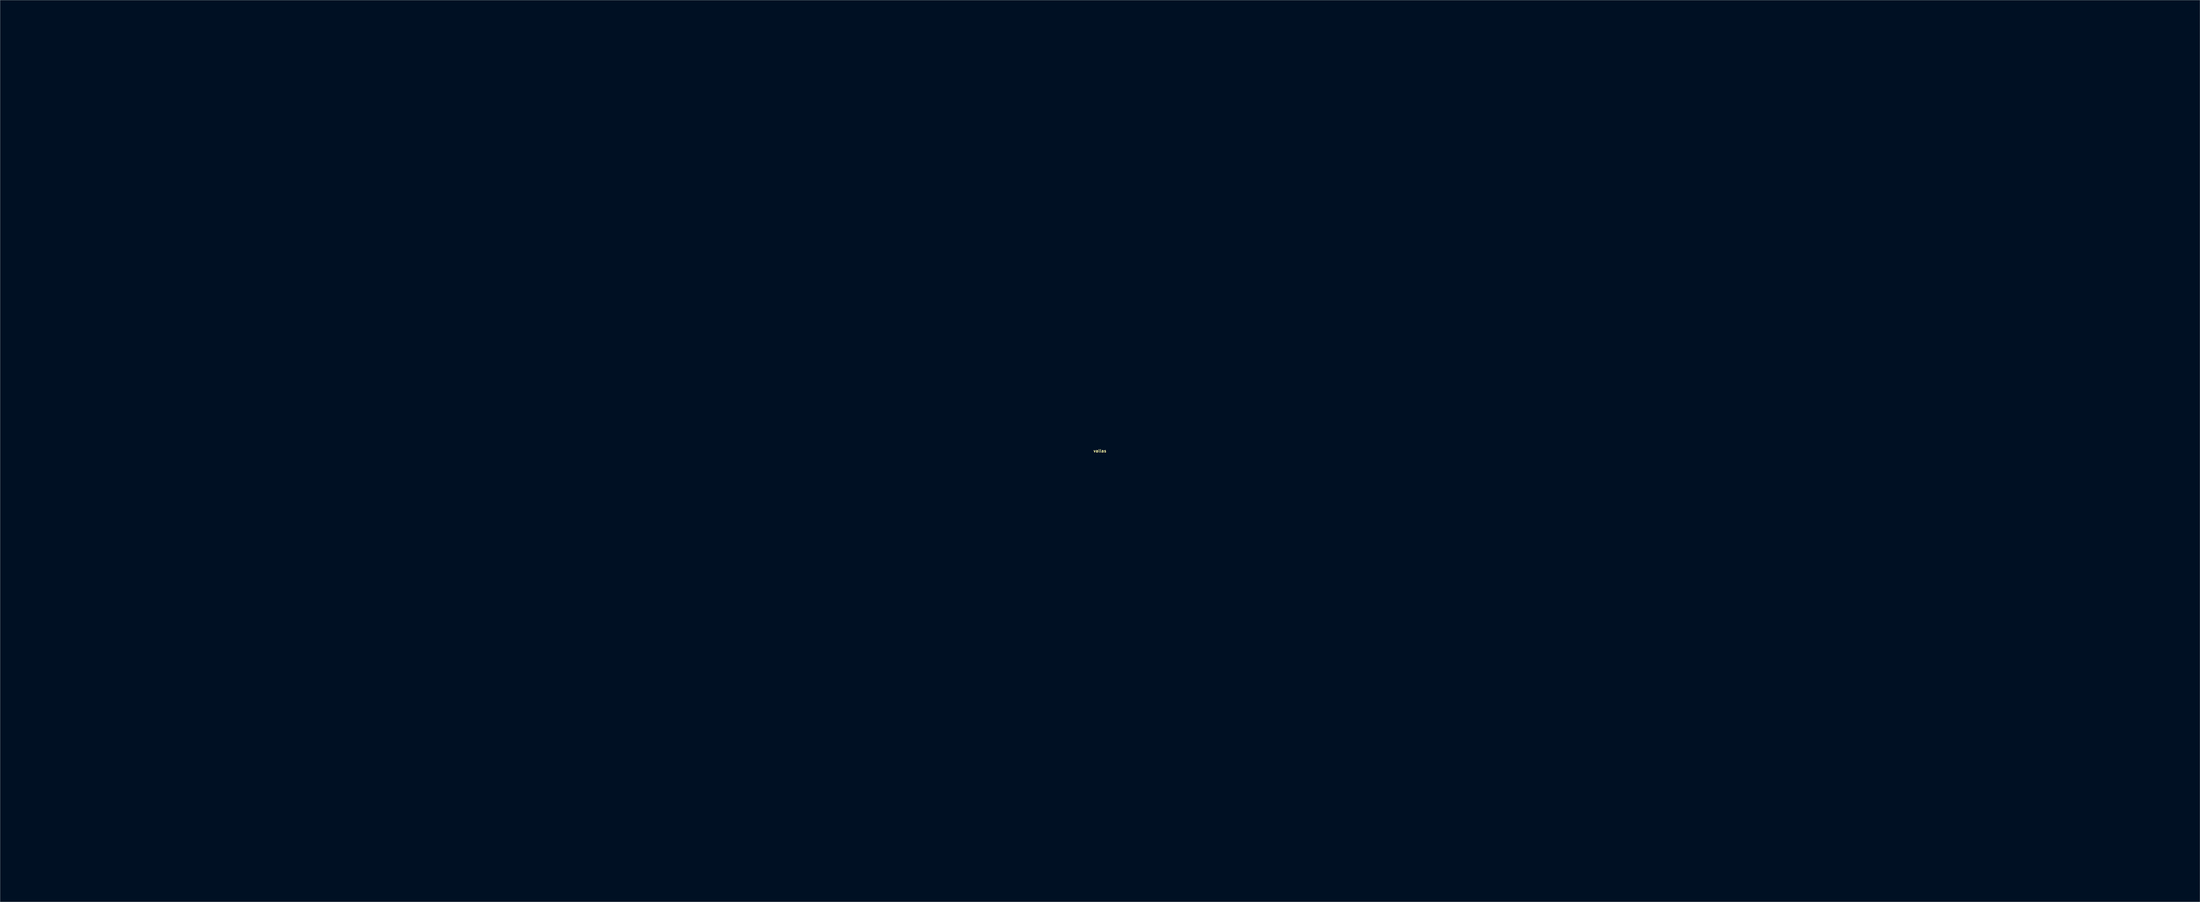
<source format=kicad_pcb>
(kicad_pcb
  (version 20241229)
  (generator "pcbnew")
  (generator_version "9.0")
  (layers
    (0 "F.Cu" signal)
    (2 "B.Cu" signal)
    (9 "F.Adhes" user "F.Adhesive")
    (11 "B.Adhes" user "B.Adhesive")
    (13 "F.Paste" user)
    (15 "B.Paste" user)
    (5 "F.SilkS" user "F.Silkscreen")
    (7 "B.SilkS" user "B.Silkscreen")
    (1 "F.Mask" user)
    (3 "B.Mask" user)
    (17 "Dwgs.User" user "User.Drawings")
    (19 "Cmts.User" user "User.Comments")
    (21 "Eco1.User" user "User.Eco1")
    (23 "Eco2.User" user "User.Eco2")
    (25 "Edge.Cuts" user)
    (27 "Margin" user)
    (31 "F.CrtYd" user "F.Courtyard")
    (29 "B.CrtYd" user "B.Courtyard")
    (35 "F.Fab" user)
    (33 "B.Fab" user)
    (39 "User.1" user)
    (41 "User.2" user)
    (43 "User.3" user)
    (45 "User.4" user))
  (footprint "vallas"
    (layer "F.Cu")
    (at 577.005 234.953)
    (property "Reference" "vallas" (at 0 0 0) (layer "F.SilkS") (effects (font (size 1.524 1.524) (thickness 0.3))))
    (attr through_hole)
    (fp_poly (pts (xy -123.825 219.71) (xy 3.387 219.71) (xy 3.387 230.505) (xy -136.313 230.505) (xy -136.313 36.407) (xy -123.825 36.407) (xy -123.825 219.71)) (stroke (width 0.01) (type solid)) (fill no) (layer "Eco1.User"))
    (fp_poly (pts (xy 46.355 219.71) (xy 173.567 219.71) (xy 173.567 230.505) (xy 33.655 230.505) (xy 33.708 133.509) (xy 33.761 36.513) (xy 46.249 36.513) (xy 46.355 219.71)) (stroke (width 0.01) (type solid)) (fill no) (layer "Eco1.User"))
    (fp_poly (pts (xy 302.43 36.457) (xy 309.504 36.513) (xy 354.021 133.456) (xy 398.538 230.399) (xy 391.529 230.455) (xy 389.847 230.464) (xy 388.302 230.462) (xy 386.944 230.452) (xy 385.824 230.434) (xy 384.992 230.408) (xy 384.499 230.375) (xy 384.384 230.349) (xy 384.262 230.117) (xy 383.972 229.514) (xy 383.52 228.555) (xy 382.913 227.255) (xy 382.158 225.629) (xy 381.261 223.692) (xy 380.23 221.457) (xy 379.071 218.942) (xy 377.791 216.159) (xy 376.396 213.123) (xy 374.894 209.851) (xy 373.291 206.356) (xy 371.595 202.652) (xy 369.81 198.756) (xy 367.946 194.682) (xy 366.007 190.443) (xy 364.002 186.057) (xy 361.936 181.536) (xy 359.817 176.896) (xy 357.651 172.152) (xy 355.445 167.318) (xy 353.206 162.41) (xy 350.941 157.442) (xy 348.656 152.428) (xy 346.358 147.384) (xy 344.053 142.325) (xy 341.75 137.265) (xy 339.454 132.218) (xy 337.172 127.201) (xy 334.911 122.227) (xy 332.678 117.311) (xy 330.479 112.469) (xy 329.244 109.749) (xy 327.097 105.018) (xy 324.994 100.387) (xy 322.943 95.87) (xy 320.95 91.482) (xy 319.023 87.239) (xy 317.166 83.154) (xy 315.389 79.243) (xy 313.696 75.521) (xy 312.096 72.002) (xy 310.594 68.702) (xy 309.198 65.634) (xy 307.915 62.815) (xy 306.75 60.259) (xy 305.711 57.98) (xy 304.804 55.994) (xy 304.037 54.316) (xy 303.416 52.959) (xy 302.948 51.94) (xy 302.639 51.273) (xy 302.497 50.973) (xy 302.488 50.957) (xy 302.39 51.134) (xy 302.124 51.682) (xy 301.696 52.586) (xy 301.114 53.832) (xy 300.385 55.404) (xy 299.514 57.288) (xy 298.509 59.469) (xy 297.376 61.933) (xy 296.123 64.664) (xy 294.755 67.649) (xy 293.281 70.871) (xy 291.706 74.317) (xy 290.037 77.971) (xy 288.281 81.82) (xy 286.445 85.848) (xy 284.535 90.04) (xy 282.558 94.382) (xy 280.522 98.859) (xy 278.432 103.456) (xy 276.296 108.159) (xy 275.694 109.483) (xy 273.356 114.631) (xy 270.967 119.887) (xy 268.541 125.223) (xy 266.089 130.611) (xy 263.625 136.025) (xy 261.16 141.437) (xy 258.708 146.819) (xy 256.28 152.145) (xy 253.889 157.387) (xy 251.548 162.517) (xy 249.269 167.509) (xy 247.064 172.335) (xy 244.946 176.968) (xy 242.928 181.38) (xy 241.021 185.544) (xy 239.239 189.433) (xy 237.594 193.02) (xy 236.098 196.276) (xy 234.764 199.176) (xy 234.714 199.284) (xy 220.38 230.399) (xy 213.277 230.455) (xy 206.175 230.511) (xy 207.083 228.55) (xy 207.228 228.234) (xy 207.545 227.545) (xy 208.028 226.496) (xy 208.671 225.097) (xy 209.468 223.362) (xy 210.416 221.301) (xy 211.507 218.927) (xy 212.736 216.251) (xy 214.098 213.286) (xy 215.588 210.044) (xy 217.2 206.536) (xy 218.928 202.774) (xy 220.768 198.77) (xy 222.713 194.536) (xy 224.758 190.084) (xy 226.898 185.426) (xy 229.128 180.574) (xy 231.44 175.54) (xy 233.832 170.334) (xy 236.296 164.971) (xy 238.827 159.461) (xy 241.42 153.816) (xy 244.07 148.048) (xy 246.77 142.169) (xy 249.516 136.191) (xy 251.673 131.495) (xy 295.356 36.401) (xy 302.43 36.457)) (stroke (width 0.01) (type solid)) (fill no) (layer "Eco1.User"))
    (fp_poly (pts (xy -211.508 133.444) (xy -208.713 139.532) (xy -205.963 145.523) (xy -203.262 151.406) (xy -200.617 157.169) (xy -198.031 162.801) (xy -195.511 168.291) (xy -193.063 173.626) (xy -190.69 178.796) (xy -188.398 183.788) (xy -186.194 188.592) (xy -184.081 193.196) (xy -182.066 197.589) (xy -180.153 201.758) (xy -178.347 205.693) (xy -176.655 209.382) (xy -175.081 212.813) (xy -173.631 215.975) (xy -172.309 218.857) (xy -171.121 221.447) (xy -170.073 223.734) (xy -169.17 225.705) (xy -168.416 227.351) (xy -167.817 228.658) (xy -167.379 229.616) (xy -167.107 230.214) (xy -167.006 230.439) (xy -167.005 230.44) (xy -167.208 230.456) (xy -167.786 230.47) (xy -168.689 230.482) (xy -169.868 230.492) (xy -171.273 230.5) (xy -172.857 230.504) (xy -174.052 230.505) (xy -181.098 230.505) (xy -195.103 200.078) (xy -196.394 197.271) (xy -197.847 194.105) (xy -199.451 190.607) (xy -201.192 186.804) (xy -203.06 182.722) (xy -205.041 178.388) (xy -207.124 173.828) (xy -209.296 169.07) (xy -211.545 164.141) (xy -213.86 159.066) (xy -216.227 153.873) (xy -218.635 148.588) (xy -221.071 143.238) (xy -223.523 137.85) (xy -225.98 132.451) (xy -228.429 127.067) (xy -230.857 121.724) (xy -233.252 116.451) (xy -235.603 111.273) (xy -236.004 110.39) (xy -238.163 105.634) (xy -240.277 100.977) (xy -242.34 96.434) (xy -244.345 92.021) (xy -246.285 87.751) (xy -248.154 83.64) (xy -249.944 79.703) (xy -251.649 75.953) (xy -253.263 72.406) (xy -254.778 69.077) (xy -256.188 65.981) (xy -257.486 63.131) (xy -258.666 60.544) (xy -259.72 58.233) (xy -260.642 56.214) (xy -261.426 54.501) (xy -262.064 53.109) (xy -262.549 52.053) (xy -262.876 51.348) (xy -263.037 51.007) (xy -263.054 50.977) (xy -263.152 51.155) (xy -263.419 51.703) (xy -263.847 52.608) (xy -264.429 53.853) (xy -265.159 55.424) (xy -266.029 57.306) (xy -267.033 59.483) (xy -268.164 61.943) (xy -269.415 64.668) (xy -270.779 67.645) (xy -272.25 70.858) (xy -273.82 74.292) (xy -275.483 77.933) (xy -277.232 81.766) (xy -279.06 85.775) (xy -280.96 89.947) (xy -282.925 94.265) (xy -284.95 98.715) (xy -287.026 103.282) (xy -289.147 107.951) (xy -289.224 108.121) (xy -291.55 113.242) (xy -293.933 118.486) (xy -296.36 123.825) (xy -298.819 129.231) (xy -301.296 134.674) (xy -303.778 140.126) (xy -306.251 145.558) (xy -308.704 150.942) (xy -311.122 156.248) (xy -313.493 161.448) (xy -315.804 166.513) (xy -318.041 171.414) (xy -320.191 176.124) (xy -322.241 180.612) (xy -324.179 184.85) (xy -325.99 188.81) (xy -327.663 192.462) (xy -329.183 195.779) (xy -330.181 197.954) (xy -345.123 230.491) (xy -352.16 230.498) (xy -353.838 230.495) (xy -355.372 230.484) (xy -356.714 230.465) (xy -357.814 230.439) (xy -358.623 230.408) (xy -359.093 230.373) (xy -359.193 230.346) (xy -359.105 230.146) (xy -358.846 229.572) (xy -358.42 228.637) (xy -357.833 227.352) (xy -357.091 225.728) (xy -356.198 223.776) (xy -355.16 221.51) (xy -353.983 218.939) (xy -352.67 216.075) (xy -351.229 212.93) (xy -349.663 209.516) (xy -347.978 205.843) (xy -346.18 201.924) (xy -344.274 197.77) (xy -342.265 193.392) (xy -340.158 188.802) (xy -337.959 184.011) (xy -335.673 179.031) (xy -333.305 173.873) (xy -330.86 168.55) (xy -328.344 163.071) (xy -325.762 157.45) (xy -323.119 151.696) (xy -320.421 145.823) (xy -317.673 139.841) (xy -314.879 133.762) (xy -314.69 133.35) (xy -270.192 36.513) (xy -256.012 36.513) (xy -211.508 133.444)) (stroke (width 0.01) (type solid)) (fill no) (layer "Eco1.User"))
    (fp_poly (pts (xy -270.14 -229.382) (xy -265.173 -229.362) (xy -260.604 -229.34) (xy -256.408 -229.316) (xy -252.559 -229.289) (xy -249.031 -229.259) (xy -245.799 -229.224) (xy -242.838 -229.184) (xy -240.123 -229.139) (xy -237.627 -229.087) (xy -235.325 -229.029) (xy -233.192 -228.962) (xy -231.203 -228.888) (xy -229.332 -228.805) (xy -227.553 -228.713) (xy -225.842 -228.61) (xy -224.172 -228.496) (xy -222.518 -228.371) (xy -220.855 -228.234) (xy -219.158 -228.084) (xy -218.863 -228.057) (xy -214.754 -227.622) (xy -210.999 -227.099) (xy -207.537 -226.47) (xy -204.306 -225.72) (xy -201.243 -224.832) (xy -198.287 -223.792) (xy -195.375 -222.582) (xy -192.832 -221.382) (xy -188.986 -219.294) (xy -185.427 -216.982) (xy -182.066 -214.383) (xy -178.817 -211.433) (xy -178.312 -210.936) (xy -175.159 -207.534) (xy -172.379 -203.979) (xy -169.961 -200.253) (xy -167.897 -196.335) (xy -166.178 -192.205) (xy -164.794 -187.845) (xy -163.737 -183.235) (xy -162.997 -178.354) (xy -162.958 -178.012) (xy -162.833 -176.52) (xy -162.747 -174.707) (xy -162.7 -172.673) (xy -162.691 -170.518) (xy -162.719 -168.343) (xy -162.784 -166.248) (xy -162.885 -164.333) (xy -163.021 -162.699) (xy -163.06 -162.348) (xy -163.814 -157.463) (xy -164.883 -152.852) (xy -166.272 -148.5) (xy -167.989 -144.391) (xy -170.04 -140.51) (xy -172.432 -136.841) (xy -175.096 -133.456) (xy -178.272 -130.06) (xy -181.705 -126.978) (xy -185.405 -124.202) (xy -189.382 -121.727) (xy -193.648 -119.546) (xy -198.211 -117.653) (xy -203.084 -116.043) (xy -205.189 -115.458) (xy -207.246 -114.957) (xy -209.461 -114.498) (xy -211.867 -114.076) (xy -214.491 -113.688) (xy -217.366 -113.331) (xy -220.521 -113.001) (xy -223.987 -112.694) (xy -227.793 -112.408) (xy -231.97 -112.138) (xy -235.268 -111.95) (xy -236.112 -111.915) (xy -237.342 -111.878) (xy -238.918 -111.842) (xy -240.802 -111.806) (xy -242.956 -111.771) (xy -245.34 -111.737) (xy -247.916 -111.706) (xy -250.646 -111.676) (xy -253.492 -111.65) (xy -256.414 -111.628) (xy -259.133 -111.611) (xy -278.765 -111.501) (xy -278.765 -9.313) (xy -300.778 -9.313) (xy -300.778 -133.138) (xy -278.765 -133.138) (xy -277.23 -133.108) (xy -273.968 -133.048) (xy -270.599 -132.993) (xy -267.157 -132.944) (xy -263.674 -132.901) (xy -260.186 -132.864) (xy -256.725 -132.833) (xy -253.325 -132.809) (xy -250.019 -132.791) (xy -246.841 -132.779) (xy -243.825 -132.775) (xy -241.003 -132.777) (xy -238.41 -132.786) (xy -236.079 -132.802) (xy -234.043 -132.825) (xy -232.336 -132.856) (xy -230.991 -132.894) (xy -230.188 -132.93) (xy -225.448 -133.28) (xy -221.111 -133.75) (xy -217.173 -134.34) (xy -213.628 -135.052) (xy -210.473 -135.885) (xy -209.723 -136.12) (xy -208.199 -136.682) (xy -206.46 -137.437) (xy -204.63 -138.322) (xy -202.833 -139.274) (xy -201.19 -140.231) (xy -199.834 -141.126) (xy -197.025 -143.399) (xy -194.455 -146) (xy -192.152 -148.887) (xy -190.145 -152.022) (xy -188.462 -155.365) (xy -187.13 -158.876) (xy -187.036 -159.173) (xy -186.102 -162.823) (xy -185.545 -166.552) (xy -185.361 -170.412) (xy -185.452 -173.25) (xy -185.769 -176.369) (xy -186.331 -179.301) (xy -187.168 -182.16) (xy -188.313 -185.059) (xy -189.231 -187.007) (xy -191.162 -190.448) (xy -193.368 -193.567) (xy -195.842 -196.36) (xy -198.58 -198.824) (xy -201.579 -200.955) (xy -204.833 -202.75) (xy -208.338 -204.205) (xy -211.674 -205.213) (xy -214.734 -205.886) (xy -218.203 -206.461) (xy -222.08 -206.935) (xy -226.363 -207.309) (xy -228.177 -207.43) (xy -228.89 -207.46) (xy -229.998 -207.489) (xy -231.469 -207.516) (xy -233.273 -207.541) (xy -235.382 -207.564) (xy -237.764 -207.585) (xy -240.391 -207.603) (xy -243.232 -207.618) (xy -246.258 -207.629) (xy -249.438 -207.638) (xy -252.744 -207.643) (xy -255.217 -207.644) (xy -278.765 -207.645) (xy -278.765 -133.138) (xy -300.778 -133.138) (xy -300.778 -229.499) (xy -270.14 -229.382)) (stroke (width 0.01) (type solid)) (fill no) (layer "Eco1.User"))
    (fp_poly (pts (xy -535.319 36.989) (xy -535.216 37.219) (xy -534.948 37.824) (xy -534.518 38.791) (xy -533.933 40.109) (xy -533.198 41.765) (xy -532.319 43.746) (xy -531.301 46.041) (xy -530.149 48.637) (xy -528.869 51.522) (xy -527.466 54.684) (xy -525.946 58.11) (xy -524.314 61.788) (xy -522.576 65.707) (xy -520.737 69.853) (xy -518.802 74.215) (xy -516.777 78.78) (xy -514.667 83.535) (xy -512.478 88.47) (xy -510.216 93.571) (xy -507.885 98.826) (xy -505.491 104.223) (xy -503.039 109.75) (xy -500.536 115.395) (xy -497.985 121.144) (xy -495.998 125.624) (xy -493.416 131.446) (xy -490.876 137.172) (xy -488.384 142.789) (xy -485.946 148.286) (xy -483.566 153.65) (xy -481.25 158.869) (xy -479.004 163.931) (xy -476.832 168.823) (xy -474.742 173.534) (xy -472.737 178.051) (xy -470.823 182.361) (xy -469.007 186.453) (xy -467.292 190.315) (xy -465.685 193.933) (xy -464.192 197.297) (xy -462.816 200.393) (xy -461.565 203.209) (xy -460.443 205.733) (xy -459.456 207.954) (xy -458.609 209.857) (xy -457.908 211.433) (xy -457.358 212.667) (xy -456.964 213.549) (xy -456.733 214.065) (xy -456.668 214.205) (xy -456.514 214.471) (xy -456.384 214.52) (xy -456.221 214.302) (xy -455.969 213.767) (xy -455.835 213.464) (xy -455.713 213.188) (xy -455.425 212.538) (xy -454.976 211.525) (xy -454.372 210.162) (xy -453.618 208.462) (xy -452.72 206.437) (xy -451.683 204.099) (xy -450.514 201.461) (xy -449.216 198.535) (xy -447.797 195.334) (xy -446.26 191.869) (xy -444.613 188.154) (xy -442.86 184.2) (xy -441.006 180.021) (xy -439.058 175.628) (xy -437.021 171.034) (xy -434.9 166.251) (xy -432.7 161.292) (xy -430.428 156.169) (xy -428.089 150.894) (xy -425.688 145.48) (xy -423.231 139.939) (xy -420.722 134.284) (xy -418.169 128.527) (xy -416.295 124.301) (xy -377.313 36.407) (xy -370.267 36.407) (xy -368.588 36.411) (xy -367.054 36.424) (xy -365.712 36.445) (xy -364.612 36.471) (xy -363.802 36.503) (xy -363.333 36.538) (xy -363.233 36.565) (xy -363.319 36.767) (xy -363.571 37.344) (xy -363.985 38.284) (xy -364.556 39.577) (xy -365.278 41.21) (xy -366.146 43.172) (xy -367.155 45.451) (xy -368.3 48.036) (xy -369.576 50.915) (xy -370.978 54.076) (xy -372.499 57.509) (xy -374.136 61.2) (xy -375.884 65.139) (xy -377.736 69.315) (xy -379.688 73.714) (xy -381.735 78.327) (xy -383.871 83.141) (xy -386.092 88.144) (xy -388.392 93.326) (xy -390.766 98.674) (xy -393.209 104.177) (xy -395.716 109.824) (xy -398.281 115.601) (xy -400.901 121.5) (xy -403.568 127.506) (xy -406.258 133.562) (xy -449.27 230.399) (xy -456.416 230.455) (xy -463.563 230.511) (xy -463.955 229.608) (xy -464.065 229.359) (xy -464.341 228.735) (xy -464.779 227.747) (xy -465.374 226.408) (xy -466.119 224.73) (xy -467.01 222.723) (xy -468.041 220.4) (xy -469.208 217.772) (xy -470.505 214.852) (xy -471.926 211.651) (xy -473.467 208.181) (xy -475.123 204.454) (xy -476.887 200.481) (xy -478.755 196.274) (xy -480.722 191.846) (xy -482.782 187.207) (xy -484.931 182.37) (xy -487.162 177.346) (xy -489.471 172.147) (xy -491.853 166.785) (xy -494.302 161.272) (xy -496.813 155.619) (xy -499.38 149.839) (xy -502 143.942) (xy -504.665 137.942) (xy -506.94 132.821) (xy -509.638 126.747) (xy -512.293 120.771) (xy -514.899 114.902) (xy -517.453 109.154) (xy -519.948 103.537) (xy -522.379 98.063) (xy -524.741 92.745) (xy -527.029 87.593) (xy -529.238 82.62) (xy -531.362 77.836) (xy -533.397 73.255) (xy -535.337 68.886) (xy -537.177 64.743) (xy -538.912 60.836) (xy -540.536 57.178) (xy -542.045 53.78) (xy -543.433 50.654) (xy -544.696 47.811) (xy -545.827 45.263) (xy -546.822 43.022) (xy -547.675 41.1) (xy -548.381 39.507) (xy -548.936 38.257) (xy -549.334 37.36) (xy -549.57 36.828) (xy -549.638 36.671) (xy -549.585 36.597) (xy -549.335 36.537) (xy -548.856 36.49) (xy -548.113 36.455) (xy -547.07 36.431) (xy -545.695 36.415) (xy -543.952 36.408) (xy -542.664 36.407) (xy -535.585 36.407) (xy -535.319 36.989)) (stroke (width 0.01) (type solid)) (fill no) (layer "Eco1.User"))
    (fp_poly (pts (xy -451.139 -234.782) (xy -446.671 -234.625) (xy -442.436 -234.352) (xy -438.345 -233.957) (xy -434.309 -233.428) (xy -430.238 -232.757) (xy -426.043 -231.936) (xy -424.712 -231.651) (xy -418.34 -230.109) (xy -412.2 -228.304) (xy -406.2 -226.203) (xy -400.243 -223.772) (xy -394.237 -220.98) (xy -394.017 -220.871) (xy -388.498 -218.001) (xy -383.126 -214.912) (xy -377.855 -211.573) (xy -372.636 -207.952) (xy -367.424 -204.015) (xy -362.171 -199.731) (xy -358.068 -196.174) (xy -356.958 -195.186) (xy -356.132 -194.438) (xy -355.554 -193.89) (xy -355.189 -193.504) (xy -355.002 -193.24) (xy -354.958 -193.057) (xy -355.022 -192.918) (xy -355.104 -192.833) (xy -355.33 -192.621) (xy -355.832 -192.146) (xy -356.582 -191.437) (xy -357.548 -190.524) (xy -358.701 -189.433) (xy -360.011 -188.195) (xy -361.446 -186.837) (xy -362.977 -185.388) (xy -363.58 -184.817) (xy -365.128 -183.354) (xy -366.584 -181.983) (xy -367.918 -180.731) (xy -369.102 -179.624) (xy -370.106 -178.689) (xy -370.903 -177.954) (xy -371.462 -177.446) (xy -371.756 -177.19) (xy -371.793 -177.165) (xy -371.982 -177.301) (xy -372.429 -177.68) (xy -373.083 -178.256) (xy -373.891 -178.983) (xy -374.714 -179.734) (xy -379.87 -184.275) (xy -385.056 -188.429) (xy -390.324 -192.233) (xy -395.727 -195.725) (xy -401.318 -198.94) (xy -405.871 -201.293) (xy -412.237 -204.235) (xy -418.584 -206.77) (xy -424.949 -208.908) (xy -431.37 -210.661) (xy -437.886 -212.041) (xy -444.5 -213.056) (xy -446.013 -213.207) (xy -447.864 -213.331) (xy -449.969 -213.426) (xy -452.242 -213.492) (xy -454.6 -213.526) (xy -456.958 -213.529) (xy -459.231 -213.5) (xy -461.335 -213.437) (xy -463.185 -213.339) (xy -463.973 -213.279) (xy -470.57 -212.492) (xy -477.074 -211.294) (xy -483.473 -209.688) (xy -489.759 -207.677) (xy -495.921 -205.265) (xy -501.949 -202.456) (xy -507.834 -199.252) (xy -512.551 -196.33) (xy -517.705 -192.706) (xy -522.569 -188.777) (xy -527.134 -184.551) (xy -531.393 -180.039) (xy -535.335 -175.253) (xy -538.953 -170.202) (xy -542.238 -164.897) (xy -545.18 -159.348) (xy -547.014 -155.363) (xy -549.244 -149.686) (xy -551.069 -143.902) (xy -552.488 -138.031) (xy -553.501 -132.095) (xy -554.107 -126.113) (xy -554.305 -120.105) (xy -554.094 -114.091) (xy -553.473 -108.091) (xy -552.442 -102.126) (xy -550.999 -96.216) (xy -549.576 -91.621) (xy -547.356 -85.724) (xy -544.76 -79.999) (xy -541.806 -74.466) (xy -538.506 -69.146) (xy -534.877 -64.059) (xy -530.932 -59.226) (xy -526.686 -54.666) (xy -522.155 -50.4) (xy -517.352 -46.448) (xy -516.043 -45.462) (xy -510.62 -41.706) (xy -505.012 -38.328) (xy -499.218 -35.326) (xy -493.234 -32.7) (xy -487.056 -30.448) (xy -480.682 -28.57) (xy -474.108 -27.063) (xy -467.332 -25.927) (xy -462.598 -25.365) (xy -461.454 -25.279) (xy -459.967 -25.208) (xy -458.208 -25.154) (xy -456.249 -25.116) (xy -454.164 -25.094) (xy -452.023 -25.088) (xy -449.9 -25.098) (xy -447.866 -25.124) (xy -445.993 -25.167) (xy -444.355 -25.226) (xy -443.023 -25.301) (xy -442.383 -25.356) (xy -436.23 -26.143) (xy -430.378 -27.209) (xy -424.802 -28.561) (xy -419.475 -30.211) (xy -414.371 -32.166) (xy -409.466 -34.436) (xy -404.732 -37.031) (xy -400.144 -39.959) (xy -398.637 -41.015) (xy -393.95 -44.615) (xy -389.622 -48.438) (xy -385.652 -52.487) (xy -382.04 -56.762) (xy -378.785 -61.263) (xy -375.888 -65.992) (xy -373.347 -70.948) (xy -371.163 -76.133) (xy -369.334 -81.547) (xy -367.861 -87.192) (xy -366.742 -93.066) (xy -366.74 -93.08) (xy -366.665 -93.557) (xy -437.092 -93.557) (xy -437.092 -115.358) (xy -341.842 -115.358) (xy -341.844 -113.93) (xy -341.881 -111.85) (xy -341.981 -109.448) (xy -342.138 -106.815) (xy -342.343 -104.045) (xy -342.59 -101.233) (xy -342.87 -98.471) (xy -343.177 -95.854) (xy -343.436 -93.926) (xy -344.623 -87.019) (xy -346.161 -80.331) (xy -348.047 -73.867) (xy -350.277 -67.635) (xy -352.848 -61.639) (xy -355.755 -55.886) (xy -358.996 -50.381) (xy -362.565 -45.131) (xy -366.46 -40.14) (xy -370.676 -35.416) (xy -375.21 -30.964) (xy -380.059 -26.79) (xy -385.217 -22.9) (xy -390.682 -19.3) (xy -391.266 -18.943) (xy -392.466 -18.25) (xy -393.969 -17.433) (xy -395.689 -16.535) (xy -397.54 -15.6) (xy -399.436 -14.668) (xy -401.29 -13.783) (xy -403.016 -12.988) (xy -404.529 -12.324) (xy -405.447 -11.948) (xy -411.757 -9.696) (xy -418.294 -7.8) (xy -425.053 -6.259) (xy -432.031 -5.074) (xy -439.224 -4.247) (xy -446.626 -3.777) (xy -454.233 -3.665) (xy -460.481 -3.834) (xy -468.187 -4.368) (xy -475.679 -5.263) (xy -482.956 -6.519) (xy -490.016 -8.136) (xy -496.859 -10.112) (xy -503.481 -12.448) (xy -509.882 -15.142) (xy -516.06 -18.195) (xy -522.014 -21.605) (xy -527.741 -25.372) (xy -530.543 -27.407) (xy -535.228 -31.135) (xy -539.843 -35.224) (xy -544.324 -39.613) (xy -548.61 -44.238) (xy -552.638 -49.038) (xy -554.338 -51.223) (xy -558.364 -56.863) (xy -562 -62.667) (xy -565.245 -68.633) (xy -568.098 -74.755) (xy -570.557 -81.031) (xy -572.622 -87.456) (xy -574.291 -94.026) (xy -575.562 -100.738) (xy -576.435 -107.588) (xy -576.908 -114.571) (xy -577 -119.278) (xy -576.799 -126.322) (xy -576.185 -133.276) (xy -575.162 -140.13) (xy -573.734 -146.877) (xy -571.904 -153.506) (xy -569.674 -160.008) (xy -567.048 -166.375) (xy -564.03 -172.598) (xy -560.623 -178.668) (xy -556.829 -184.575) (xy -552.652 -190.311) (xy -550.132 -193.463) (xy -549.046 -194.723) (xy -547.7 -196.197) (xy -546.157 -197.822) (xy -544.479 -199.539) (xy -542.728 -201.284) (xy -540.967 -202.997) (xy -539.257 -204.615) (xy -537.66 -206.078) (xy -536.239 -207.324) (xy -535.528 -207.916) (xy -529.865 -212.249) (xy -524.004 -216.208) (xy -517.949 -219.792) (xy -511.704 -222.999) (xy -505.272 -225.827) (xy -498.658 -228.274) (xy -491.865 -230.341) (xy -484.896 -232.023) (xy -477.756 -233.321) (xy -473.631 -233.886) (xy -471.5 -234.135) (xy -469.583 -234.338) (xy -467.799 -234.5) (xy -466.064 -234.624) (xy -464.298 -234.714) (xy -462.419 -234.776) (xy -460.343 -234.814) (xy -457.99 -234.832) (xy -455.93 -234.835) (xy -451.139 -234.782)) (stroke (width 0.01) (type solid)) (fill no) (layer "Eco1.User"))
    (fp_poly (pts (xy -6.68 -234.751) (xy 0.546 -234.17) (xy 7.598 -233.205) (xy 14.473 -231.857) (xy 21.168 -230.127) (xy 27.683 -228.016) (xy 34.015 -225.525) (xy 40.161 -222.654) (xy 46.12 -219.405) (xy 51.89 -215.778) (xy 57.468 -211.774) (xy 62.852 -207.395) (xy 68.041 -202.64) (xy 72.072 -198.543) (xy 76.745 -193.283) (xy 81.03 -187.855) (xy 84.928 -182.257) (xy 88.439 -176.486) (xy 91.564 -170.542) (xy 94.304 -164.423) (xy 96.66 -158.126) (xy 98.632 -151.65) (xy 100.222 -144.994) (xy 101.429 -138.155) (xy 102.126 -132.503) (xy 102.394 -129.27) (xy 102.582 -125.78) (xy 102.69 -122.141) (xy 102.718 -118.458) (xy 102.664 -114.838) (xy 102.529 -111.389) (xy 102.312 -108.215) (xy 102.23 -107.315) (xy 101.347 -100.28) (xy 100.104 -93.462) (xy 98.495 -86.851) (xy 96.519 -80.438) (xy 94.17 -74.211) (xy 91.444 -68.161) (xy 88.338 -62.277) (xy 84.849 -56.55) (xy 80.971 -50.969) (xy 80.588 -50.455) (xy 78.609 -47.875) (xy 76.621 -45.435) (xy 74.547 -43.044) (xy 72.306 -40.611) (xy 69.821 -38.046) (xy 69.123 -37.344) (xy 65.108 -33.462) (xy 61.169 -29.936) (xy 57.244 -26.72) (xy 53.274 -23.769) (xy 49.197 -21.04) (xy 44.951 -18.486) (xy 40.476 -16.064) (xy 39.476 -15.555) (xy 33.62 -12.809) (xy 27.695 -10.442) (xy 21.665 -8.443) (xy 15.492 -6.802) (xy 9.139 -5.509) (xy 2.57 -4.554) (xy -1.482 -4.139) (xy -2.791 -4.043) (xy -4.392 -3.954) (xy -6.204 -3.874) (xy -8.143 -3.804) (xy -10.126 -3.748) (xy -12.069 -3.707) (xy -13.889 -3.684) (xy -15.504 -3.681) (xy -16.831 -3.7) (xy -17.462 -3.723) (xy -24.354 -4.214) (xy -30.954 -4.989) (xy -37.291 -6.055) (xy -43.392 -7.417) (xy -49.283 -9.08) (xy -54.994 -11.05) (xy -57.07 -11.86) (xy -58.545 -12.48) (xy -60.283 -13.256) (xy -62.186 -14.139) (xy -64.159 -15.083) (xy -66.105 -16.042) (xy -67.93 -16.97) (xy -69.535 -17.819) (xy -70.591 -18.407) (xy -75.79 -21.61) (xy -80.93 -25.197) (xy -85.968 -29.127) (xy -90.858 -33.361) (xy -95.554 -37.86) (xy -100.011 -42.584) (xy -104.184 -47.494) (xy -105.198 -48.771) (xy -109.238 -54.273) (xy -112.902 -59.97) (xy -116.189 -65.855) (xy -119.096 -71.924) (xy -121.619 -78.168) (xy -123.757 -84.584) (xy -125.506 -91.163) (xy -126.864 -97.9) (xy -127.19 -99.918) (xy -127.774 -104.492) (xy -128.183 -109.345) (xy -128.416 -114.371) (xy -128.439 -116.498) (xy -105.793 -116.498) (xy -105.685 -112.63) (xy -105.45 -109.002) (xy -105.307 -107.527) (xy -104.433 -101.24) (xy -103.192 -95.16) (xy -101.58 -89.278) (xy -99.593 -83.585) (xy -97.229 -78.073) (xy -94.483 -72.732) (xy -91.352 -67.555) (xy -87.845 -62.547) (xy -84.26 -58.068) (xy -80.363 -53.759) (xy -76.199 -49.656) (xy -71.813 -45.799) (xy -67.249 -42.225) (xy -62.554 -38.972) (xy -57.77 -36.078) (xy -54.461 -34.319) (xy -49.489 -32.023) (xy -44.391 -30.057) (xy -39.131 -28.414) (xy -33.675 -27.082) (xy -27.986 -26.054) (xy -22.03 -25.319) (xy -19.579 -25.106) (xy -18.695 -25.064) (xy -17.462 -25.042) (xy -15.956 -25.039) (xy -14.25 -25.052) (xy -12.418 -25.08) (xy -10.536 -25.122) (xy -8.678 -25.175) (xy -6.917 -25.238) (xy -5.329 -25.309) (xy -3.987 -25.387) (xy -2.967 -25.469) (xy -2.752 -25.492) (xy 3.12 -26.335) (xy 8.723 -27.459) (xy 14.118 -28.881) (xy 19.368 -30.621) (xy 24.537 -32.697) (xy 28.892 -34.728) (xy 34.478 -37.722) (xy 39.772 -41.023) (xy 44.772 -44.627) (xy 49.475 -48.532) (xy 53.879 -52.735) (xy 57.98 -57.233) (xy 61.775 -62.023) (xy 65.262 -67.103) (xy 68.439 -72.469) (xy 70.126 -75.691) (xy 72.646 -81.171) (xy 74.794 -86.805) (xy 76.575 -92.607) (xy 77.993 -98.597) (xy 79.053 -104.791) (xy 79.76 -111.206) (xy 79.819 -111.972) (xy 79.902 -113.471) (xy 79.953 -115.292) (xy 79.976 -117.348) (xy 79.971 -119.555) (xy 79.94 -121.828) (xy 79.885 -124.082) (xy 79.806 -126.231) (xy 79.706 -128.192) (xy 79.586 -129.878) (xy 79.483 -130.916) (xy 78.557 -137.246) (xy 77.278 -143.348) (xy 75.641 -149.239) (xy 73.639 -154.935) (xy 71.265 -160.452) (xy 68.514 -165.806) (xy 65.378 -171.013) (xy 61.91 -176.013) (xy 58.26 -180.592) (xy 54.268 -184.948) (xy 49.963 -189.064) (xy 45.373 -192.922) (xy 40.526 -196.505) (xy 35.451 -199.795) (xy 30.175 -202.775) (xy 24.728 -205.427) (xy 19.137 -207.734) (xy 13.431 -209.678) (xy 7.639 -211.243) (xy 3.175 -212.17) (xy 1.152 -212.521) (xy -0.686 -212.803) (xy -2.432 -213.025) (xy -4.182 -213.195) (xy -6.03 -213.322) (xy -8.071 -213.414) (xy -10.399 -213.479) (xy -11.536 -213.502) (xy -14.607 -213.532) (xy -17.359 -213.497) (xy -19.89 -213.392) (xy -22.301 -213.21) (xy -24.691 -212.944) (xy -27.159 -212.587) (xy -28.363 -212.388) (xy -34.161 -211.189) (xy -39.91 -209.586) (xy -45.581 -207.597) (xy -51.141 -205.242) (xy -56.56 -202.537) (xy -61.805 -199.501) (xy -66.845 -196.152) (xy -71.65 -192.508) (xy -76.187 -188.587) (xy -80.425 -184.407) (xy -84.041 -180.34) (xy -87.881 -175.399) (xy -91.369 -170.228) (xy -94.499 -164.846) (xy -97.262 -159.27) (xy -99.651 -153.519) (xy -101.657 -147.61) (xy -103.273 -141.563) (xy -104.49 -135.396) (xy -104.972 -132.08) (xy -105.361 -128.396) (xy -105.629 -124.495) (xy -105.774 -120.491) (xy -105.793 -116.498) (xy -128.439 -116.498) (xy -128.471 -119.462) (xy -128.346 -124.512) (xy -128.039 -129.413) (xy -127.726 -132.609) (xy -126.729 -139.495) (xy -125.32 -146.313) (xy -123.507 -153.042) (xy -121.298 -159.66) (xy -118.7 -166.146) (xy -115.723 -172.479) (xy -112.375 -178.637) (xy -108.663 -184.599) (xy -106.573 -187.643) (xy -102.426 -193.12) (xy -97.972 -198.308) (xy -93.221 -203.197) (xy -88.18 -207.782) (xy -82.858 -212.055) (xy -77.262 -216.009) (xy -71.401 -219.637) (xy -66.538 -222.294) (xy -60.256 -225.307) (xy -53.897 -227.907) (xy -47.451 -230.095) (xy -40.908 -231.874) (xy -34.257 -233.246) (xy -27.49 -234.214) (xy -20.595 -234.78) (xy -14.079 -234.948) (xy -6.68 -234.751)) (stroke (width 0.01) (type solid)) (fill no) (layer "Eco1.User"))
    (fp_poly (pts (xy 492.646 32.265) (xy 495.219 32.289) (xy 497.692 32.334) (xy 499.998 32.398) (xy 502.072 32.483) (xy 503.85 32.587) (xy 504.825 32.667) (xy 510.096 33.235) (xy 514.998 33.911) (xy 519.577 34.706) (xy 523.875 35.631) (xy 527.937 36.698) (xy 531.807 37.917) (xy 535.529 39.299) (xy 539.146 40.856) (xy 541.126 41.801) (xy 544.75 43.708) (xy 548.025 45.692) (xy 551.024 47.806) (xy 553.821 50.101) (xy 556.49 52.63) (xy 556.8 52.946) (xy 559.365 55.757) (xy 561.592 58.585) (xy 563.555 61.536) (xy 565.331 64.715) (xy 565.558 65.163) (xy 567.418 69.32) (xy 568.957 73.733) (xy 570.168 78.37) (xy 571.044 83.201) (xy 571.576 88.196) (xy 571.626 88.966) (xy 571.774 91.44) (xy 559.254 91.44) (xy 559.12 90.223) (xy 558.59 86.22) (xy 557.914 82.551) (xy 557.073 79.146) (xy 556.048 75.938) (xy 554.82 72.855) (xy 553.942 70.963) (xy 551.917 67.262) (xy 549.588 63.83) (xy 546.954 60.665) (xy 544.01 57.765) (xy 540.754 55.128) (xy 537.18 52.753) (xy 533.286 50.636) (xy 529.069 48.778) (xy 524.524 47.174) (xy 519.648 45.824) (xy 514.437 44.725) (xy 508.888 43.876) (xy 503.978 43.355) (xy 502.757 43.275) (xy 501.185 43.21) (xy 499.334 43.16) (xy 497.277 43.127) (xy 495.085 43.108) (xy 492.83 43.105) (xy 490.585 43.118) (xy 488.421 43.146) (xy 486.411 43.189) (xy 484.627 43.248) (xy 483.141 43.322) (xy 482.6 43.36) (xy 476.915 43.906) (xy 471.603 44.636) (xy 466.653 45.553) (xy 462.056 46.662) (xy 457.8 47.965) (xy 453.877 49.466) (xy 450.274 51.17) (xy 446.983 53.079) (xy 443.993 55.199) (xy 441.293 57.531) (xy 440.135 58.688) (xy 437.776 61.452) (xy 435.779 64.432) (xy 434.144 67.629) (xy 432.869 71.044) (xy 431.956 74.678) (xy 431.402 78.533) (xy 431.208 82.61) (xy 431.336 86.396) (xy 431.45 87.791) (xy 431.596 89.217) (xy 431.76 90.546) (xy 431.927 91.649) (xy 432.011 92.099) (xy 432.798 95.165) (xy 433.855 98.013) (xy 435.196 100.656) (xy 436.835 103.109) (xy 438.786 105.385) (xy 441.065 107.497) (xy 443.687 109.459) (xy 446.665 111.285) (xy 450.015 112.988) (xy 453.75 114.581) (xy 457.869 116.073) (xy 458.902 116.418) (xy 459.876 116.738) (xy 460.813 117.039) (xy 461.739 117.326) (xy 462.676 117.605) (xy 463.649 117.88) (xy 464.681 118.157) (xy 465.797 118.443) (xy 467.02 118.741) (xy 468.374 119.057) (xy 469.883 119.398) (xy 471.571 119.767) (xy 473.461 120.172) (xy 475.579 120.616) (xy 477.946 121.106) (xy 480.588 121.646) (xy 483.529 122.243) (xy 486.791 122.901) (xy 490.4 123.626) (xy 494.379 124.424) (xy 498.282 125.205) (xy 501.611 125.873) (xy 504.885 126.534) (xy 508.075 127.18) (xy 511.148 127.807) (xy 514.074 128.407) (xy 516.823 128.973) (xy 519.363 129.501) (xy 521.663 129.982) (xy 523.693 130.411) (xy 525.422 130.782) (xy 526.818 131.087) (xy 527.852 131.321) (xy 528.339 131.438) (xy 532.754 132.593) (xy 536.801 133.759) (xy 540.536 134.956) (xy 544.015 136.204) (xy 547.292 137.523) (xy 550.424 138.932) (xy 553.003 140.21) (xy 556.76 142.312) (xy 560.149 144.551) (xy 563.211 146.956) (xy 565.987 149.559) (xy 566.333 149.917) (xy 568.856 152.833) (xy 571.033 155.935) (xy 572.873 159.246) (xy 574.388 162.787) (xy 575.587 166.581) (xy 576.479 170.649) (xy 576.832 172.932) (xy 576.952 174.152) (xy 577.038 175.696) (xy 577.09 177.469) (xy 577.109 179.38) (xy 577.095 181.334) (xy 577.049 183.239) (xy 576.972 185.003) (xy 576.864 186.531) (xy 576.727 187.732) (xy 576.724 187.748) (xy 575.818 192.4) (xy 574.556 196.823) (xy 572.941 201.015) (xy 570.974 204.974) (xy 568.658 208.699) (xy 565.994 212.187) (xy 562.986 215.436) (xy 559.634 218.444) (xy 555.942 221.209) (xy 551.91 223.728) (xy 547.542 225.999) (xy 542.84 228.022) (xy 537.805 229.792) (xy 533.59 231.012) (xy 528.349 232.237) (xy 522.765 233.236) (xy 516.855 234.008) (xy 510.634 234.55) (xy 504.119 234.861) (xy 497.326 234.941) (xy 490.749 234.804) (xy 489.352 234.738) (xy 487.64 234.631) (xy 485.716 234.492) (xy 483.686 234.33) (xy 481.655 234.153) (xy 479.726 233.969) (xy 478.006 233.788) (xy 476.991 233.669) (xy 470.599 232.726) (xy 464.545 231.534) (xy 458.824 230.091) (xy 453.431 228.394) (xy 448.362 226.444) (xy 443.612 224.237) (xy 439.174 221.772) (xy 436.88 220.316) (xy 432.878 217.413) (xy 429.209 214.249) (xy 425.874 210.828) (xy 422.874 207.149) (xy 420.211 203.217) (xy 417.885 199.034) (xy 415.898 194.6) (xy 414.251 189.92) (xy 412.945 184.994) (xy 411.981 179.826) (xy 411.36 174.416) (xy 411.121 170.233) (xy 410.992 166.37) (xy 423.48 166.37) (xy 423.623 169.534) (xy 424.015 174.585) (xy 424.725 179.413) (xy 425.747 184.003) (xy 427.078 188.339) (xy 428.713 192.407) (xy 430.648 196.192) (xy 431.504 197.621) (xy 433.917 201.086) (xy 436.687 204.357) (xy 439.78 207.399) (xy 443.163 210.176) (xy 445.664 211.932) (xy 449.421 214.181) (xy 453.489 216.198) (xy 457.875 217.986) (xy 462.588 219.546) (xy 467.636 220.881) (xy 473.026 221.994) (xy 478.767 222.886) (xy 483.447 223.427) (xy 484.884 223.543) (xy 486.673 223.645) (xy 488.741 223.733) (xy 491.017 223.805) (xy 493.428 223.86) (xy 495.902 223.897) (xy 498.369 223.915) (xy 500.754 223.914) (xy 502.988 223.892) (xy 504.997 223.849) (xy 506.711 223.783) (xy 507.386 223.744) (xy 513.383 223.222) (xy 519.039 222.454) (xy 524.359 221.44) (xy 529.349 220.178) (xy 534.014 218.667) (xy 538.36 216.904) (xy 542.392 214.889) (xy 545.253 213.186) (xy 546.729 212.209) (xy 548.017 211.279) (xy 549.235 210.302) (xy 550.496 209.185) (xy 551.891 207.864) (xy 554.597 204.964) (xy 556.924 201.883) (xy 558.872 198.619) (xy 560.443 195.167) (xy 561.638 191.524) (xy 562.457 187.688) (xy 562.903 183.655) (xy 562.977 179.421) (xy 562.963 178.964) (xy 562.767 175.684) (xy 562.41 172.74) (xy 561.875 170.068) (xy 561.148 167.606) (xy 560.211 165.291) (xy 559.05 163.062) (xy 558.873 162.761) (xy 557.358 160.527) (xy 555.533 158.41) (xy 553.388 156.403) (xy 550.909 154.499) (xy 548.085 152.69) (xy 544.905 150.972) (xy 541.355 149.335) (xy 537.425 147.774) (xy 533.101 146.282) (xy 528.373 144.852) (xy 527.026 144.475) (xy 526.085 144.219) (xy 525.152 143.97) (xy 524.2 143.723) (xy 523.202 143.472) (xy 522.132 143.21) (xy 520.963 142.933) (xy 519.668 142.633) (xy 518.221 142.305) (xy 516.596 141.943) (xy 514.765 141.541) (xy 512.702 141.094) (xy 510.381 140.595) (xy 507.774 140.038) (xy 504.856 139.417) (xy 501.599 138.727) (xy 497.977 137.962) (xy 494.559 137.241) (xy 491.506 136.596) (xy 488.503 135.959) (xy 485.585 135.339) (xy 482.785 134.742) (xy 480.139 134.177) (xy 477.681 133.649) (xy 475.444 133.166) (xy 473.463 132.737) (xy 471.773 132.368) (xy 470.407 132.067) (xy 469.4 131.84) (xy 468.974 131.741) (xy 463.177 130.288) (xy 457.787 128.763) (xy 452.793 127.161) (xy 448.181 125.473) (xy 443.941 123.692) (xy 440.06 121.809) (xy 436.526 119.818) (xy 433.328 117.71) (xy 430.455 115.477) (xy 427.893 113.113) (xy 425.631 110.609) (xy 423.658 107.958) (xy 421.961 105.152) (xy 420.529 102.183) (xy 419.547 99.633) (xy 418.638 96.628) (xy 417.94 93.482) (xy 417.443 90.123) (xy 417.135 86.481) (xy 417.053 84.667) (xy 417.045 80.742) (xy 417.31 77.061) (xy 417.859 73.533) (xy 418.704 70.068) (xy 419.222 68.391) (xy 420.737 64.454) (xy 422.622 60.716) (xy 424.873 57.181) (xy 427.482 53.855) (xy 430.445 50.745) (xy 433.754 47.854) (xy 437.403 45.189) (xy 441.388 42.755) (xy 445.701 40.557) (xy 450.336 38.601) (xy 453.145 37.589) (xy 456.866 36.414) (xy 460.669 35.394) (xy 464.623 34.515) (xy 468.796 33.764) (xy 473.258 33.125) (xy 477.308 32.663) (xy 478.755 32.545) (xy 480.558 32.448) (xy 482.654 32.371) (xy 484.976 32.314) (xy 487.459 32.278) (xy 490.037 32.261) (xy 492.646 32.265)) (stroke (width 0.01) (type solid)) (fill no) (layer "Eco1.User")))
  (gr_rect
    (start -3 -3)
    (end 1157.119 472.899)
    (stroke (width 0.1) (type default))
    (fill no)
    (layer "Edge.Cuts")))
</source>
